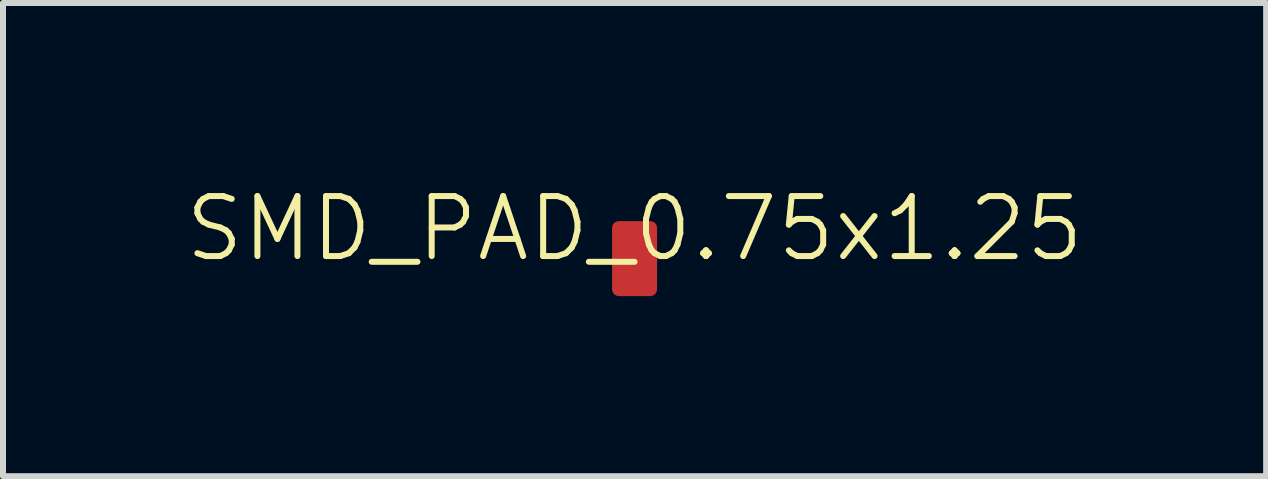
<source format=kicad_pcb>
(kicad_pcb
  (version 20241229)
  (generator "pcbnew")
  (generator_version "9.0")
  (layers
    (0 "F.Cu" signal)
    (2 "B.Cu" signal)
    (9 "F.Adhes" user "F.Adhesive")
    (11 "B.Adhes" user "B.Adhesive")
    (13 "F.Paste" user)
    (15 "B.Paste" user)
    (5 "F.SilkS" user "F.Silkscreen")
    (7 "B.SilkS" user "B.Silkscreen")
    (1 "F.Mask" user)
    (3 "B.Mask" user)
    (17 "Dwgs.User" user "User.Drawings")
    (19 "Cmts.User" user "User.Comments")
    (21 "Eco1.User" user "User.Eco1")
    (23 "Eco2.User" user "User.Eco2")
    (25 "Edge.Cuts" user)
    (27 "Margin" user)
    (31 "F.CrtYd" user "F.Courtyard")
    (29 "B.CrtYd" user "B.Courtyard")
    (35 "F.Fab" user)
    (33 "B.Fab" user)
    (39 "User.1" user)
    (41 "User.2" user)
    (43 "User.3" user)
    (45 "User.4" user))
  (footprint "SMD_PAD_0.75x1.25"
    (layer "F.Cu")
    (at 7.526 1.26)
    (property "Reference" "SMD_PAD_0.75x1.25" (at 0 -0.5 0) (unlocked yes) (layer "F.SilkS") (effects (font (size 1 1) (thickness 0.1))))
    (attr smd)
    (pad "1" smd roundrect (at 0 0) (size 0.75 1.25) (layers "F.Cu" "F.Mask" "F.Paste") (roundrect_rratio 0.15)))
  (gr_rect
    (start -3 -3)
    (end 18.052 4.886)
    (stroke (width 0.1) (type default))
    (fill no)
    (layer "Edge.Cuts")))
</source>
